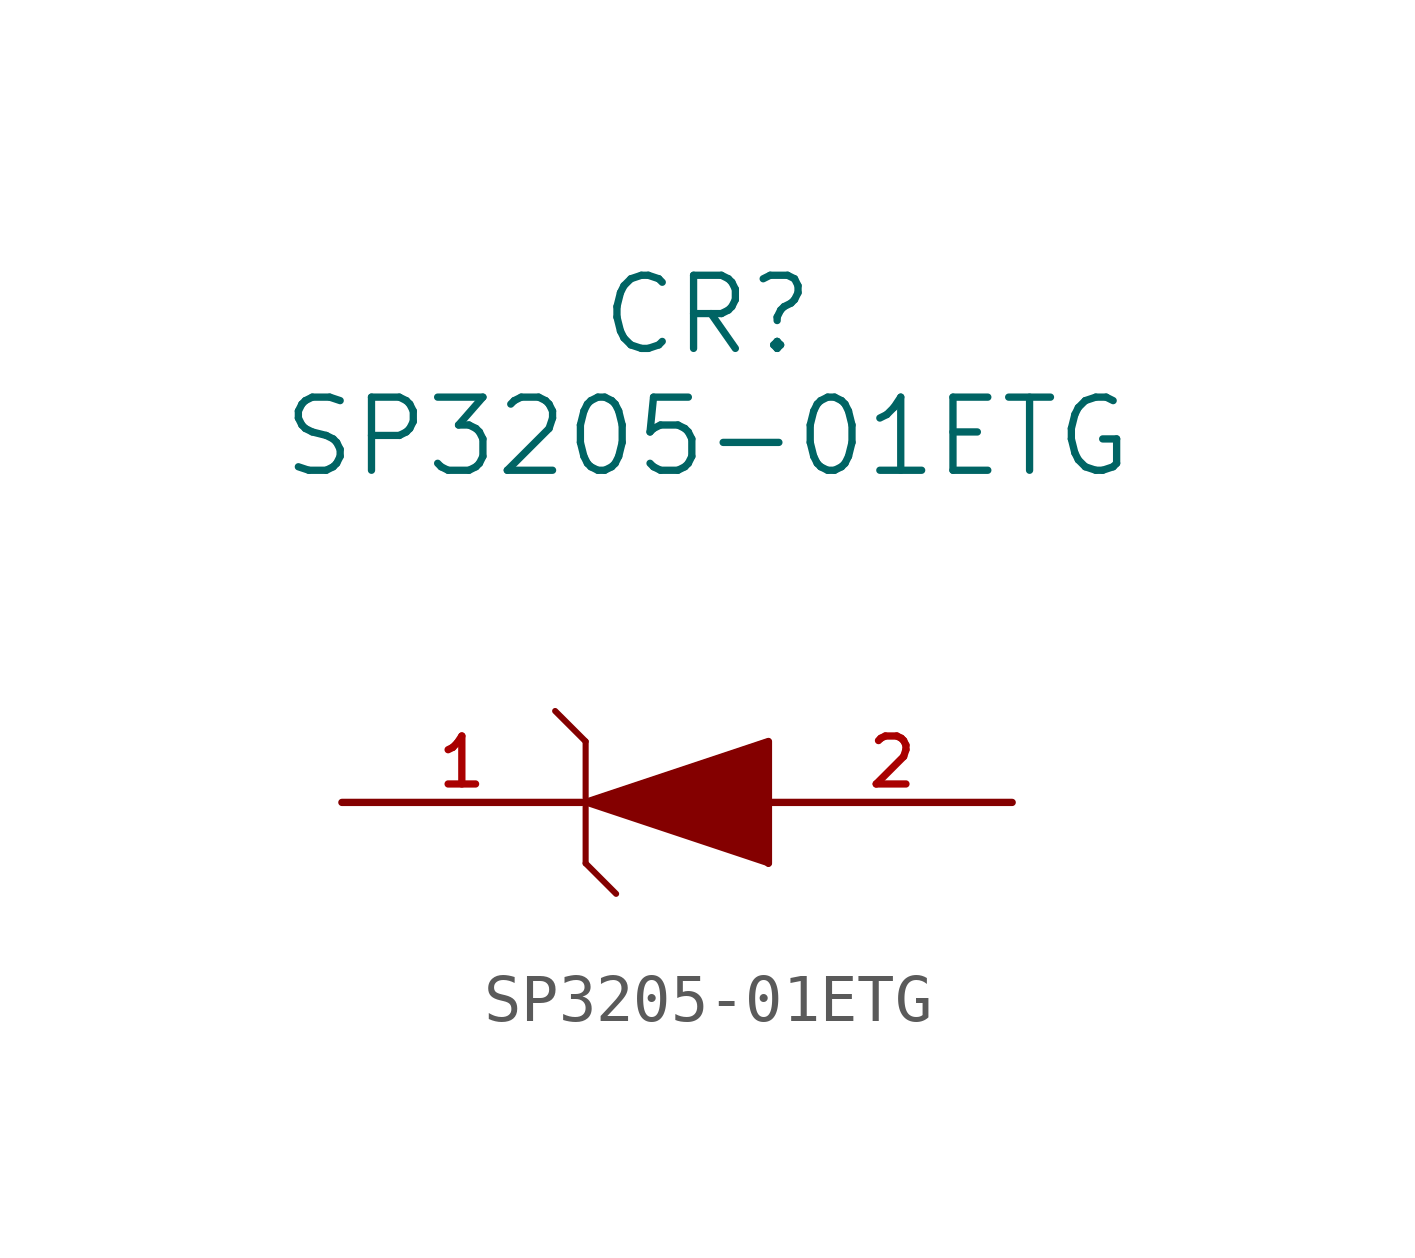
<source format=kicad_sym>
(kicad_symbol_lib
  (version 20231120)
  (generator "kicad_symbol_editor")
  (generator_version "8.0")
  (symbol "SP3205-01ETG"
    (pin_names
      (offset 0.254))
    (property "Reference" "CR"
      (at 25.4 10.16 0)
      (effects (font (size 1.524 1.524))))
    (property "Value" "SP3205-01ETG"
      (at 25.4 7.62 0)
      (effects (font (size 1.524 1.524))))
    (property "ki_locked" ""
      (at 0 0 0)
      (effects (font (size 1.27 1.27))))
    (symbol "SP3205-01ETG_0_1"
      (polyline (pts (xy 22.86 -1.27) (xy 23.495 -1.905)) (stroke (width 0.127) (type default)) (fill (type none)))
      (polyline (pts (xy 22.86 0) (xy 26.67 1.27)) (stroke (width 0.127) (type default)) (fill (type none)))
      (polyline (pts (xy 22.86 1.27) (xy 22.225 1.905)) (stroke (width 0.127) (type default)) (fill (type none)))
      (polyline (pts (xy 22.86 1.27) (xy 22.86 -1.27)) (stroke (width 0.127) (type default)) (fill (type none)))
      (polyline (pts (xy 26.67 -1.27) (xy 22.86 0)) (stroke (width 0.127) (type default)) (fill (type none)))
      (polyline (pts (xy 26.67 1.27) (xy 26.67 -1.27)) (stroke (width 0.127) (type default)) (fill (type none)))
      (polyline (pts (xy 22.86 0) (xy 26.67 1.27) (xy 26.67 -1.27)) (stroke (width 0) (type default)) (fill (type outline))))
    (symbol "SP3205-01ETG_1_1"
      (pin unspecified line (at 17.78 0 0) (length 5) (name "" (effects (font (size 1 1)))) (number "1" (effects (font (size 1 1)))))
      (pin unspecified line (at 31.75 0 180) (length 5) (name "" (effects (font (size 1 1)))) (number "2" (effects (font (size 1 1))))))))
</source>
